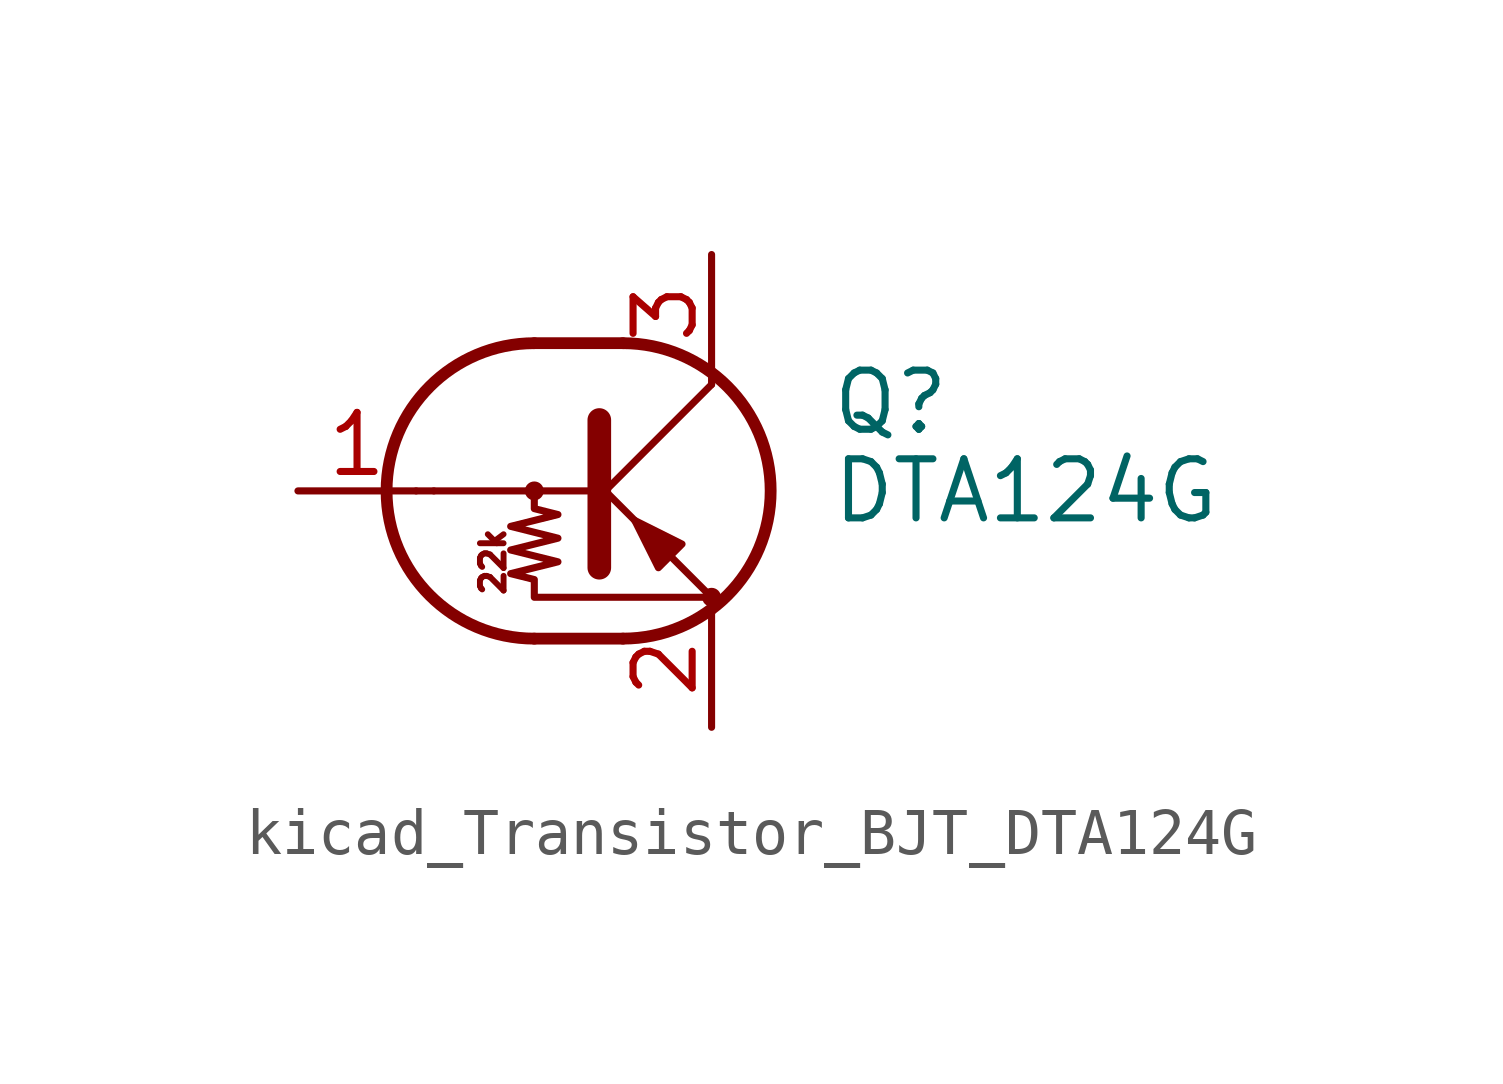
<source format=kicad_sym>
(kicad_symbol_lib
  (version 20220914)
  (generator kicad_symbol_editor)
  (symbol "kicad_Transistor_BJT_DTA124G"
    (pin_names
      (offset 0) hide)
    (property "Reference" "Q"
      (at 5.08 1.905 0)
      (effects (font (size 1.27 1.27)) (justify left)))
    (property "Value" "DTA124G"
      (at 5.08 0 0)
      (effects (font (size 1.27 1.27)) (justify left)))
    (symbol "kicad_Transistor_BJT_DTA124G_0_0"
      (polyline (pts (xy -3.429 0) (xy 0 0)) (stroke (width 0) (type default)) (fill (type none)))
      (text "22k" (at -2.159 -1.524 900) (effects (font (size 0.508 0.508)))))
    (symbol "kicad_Transistor_BJT_DTA124G_0_1"
      (circle (center -1.27 0) (radius 0.127) (stroke (width 0) (type default)) (fill (type none)))
      (arc (start -1.27 3.175) (mid -4.4312 0) (end -1.27 -3.175) (stroke (width 0.254) (type default)) (fill (type none)))
      (polyline (pts (xy -3.429 0) (xy -3.81 0)) (stroke (width 0) (type default)) (fill (type none)))
      (polyline (pts (xy -1.27 -3.175) (xy 0.635 -3.175)) (stroke (width 0.254) (type default)) (fill (type none)))
      (polyline (pts (xy -1.27 3.175) (xy 0.635 3.175)) (stroke (width 0.254) (type default)) (fill (type none)))
      (polyline (pts (xy 0 -0.254) (xy 2.54 2.286)) (stroke (width 0) (type default)) (fill (type none)))
      (polyline (pts (xy 0.127 1.524) (xy 0.127 -1.651)) (stroke (width 0.508) (type default)) (fill (type outline)))
      (polyline (pts (xy 2.54 2.286) (xy 2.54 2.54)) (stroke (width 0) (type default)) (fill (type none)))
      (polyline (pts (xy 2.54 -2.286) (xy 0 0.254) (xy 0 0.254)) (stroke (width 0) (type default)) (fill (type none)))
      (polyline (pts (xy 1.397 -1.651) (xy 1.905 -1.143) (xy 0.889 -0.635) (xy 1.397 -1.651)) (stroke (width 0) (type default)) (fill (type outline)))
      (polyline (pts (xy -1.27 0) (xy -1.27 -0.381) (xy -0.762 -0.508) (xy -1.778 -0.762) (xy -0.762 -1.016) (xy -1.778 -1.27) (xy -0.762 -1.524) (xy -1.778 -1.778) (xy -1.27 -1.905) (xy -1.27 -2.286) (xy 2.54 -2.286)) (stroke (width 0) (type default)) (fill (type none)))
      (arc (start 0.635 -3.175) (mid 3.7962 0) (end 0.635 3.175) (stroke (width 0.254) (type default)) (fill (type none)))
      (circle (center 2.54 -2.286) (radius 0.127) (stroke (width 0) (type default)) (fill (type none))))
    (symbol "kicad_Transistor_BJT_DTA124G_1_1"
      (pin input line (at -6.35 0 0) (length 2.54) (name "B" (effects (font (size 1.27 1.27)))) (number "1" (effects (font (size 1.27 1.27)))))
      (pin passive line (at 2.54 -5.08 90) (length 2.54) (name "E" (effects (font (size 1.27 1.27)))) (number "2" (effects (font (size 1.27 1.27)))))
      (pin passive line (at 2.54 5.08 270) (length 2.54) (name "C" (effects (font (size 1.27 1.27)))) (number "3" (effects (font (size 1.27 1.27))))))))
</source>
